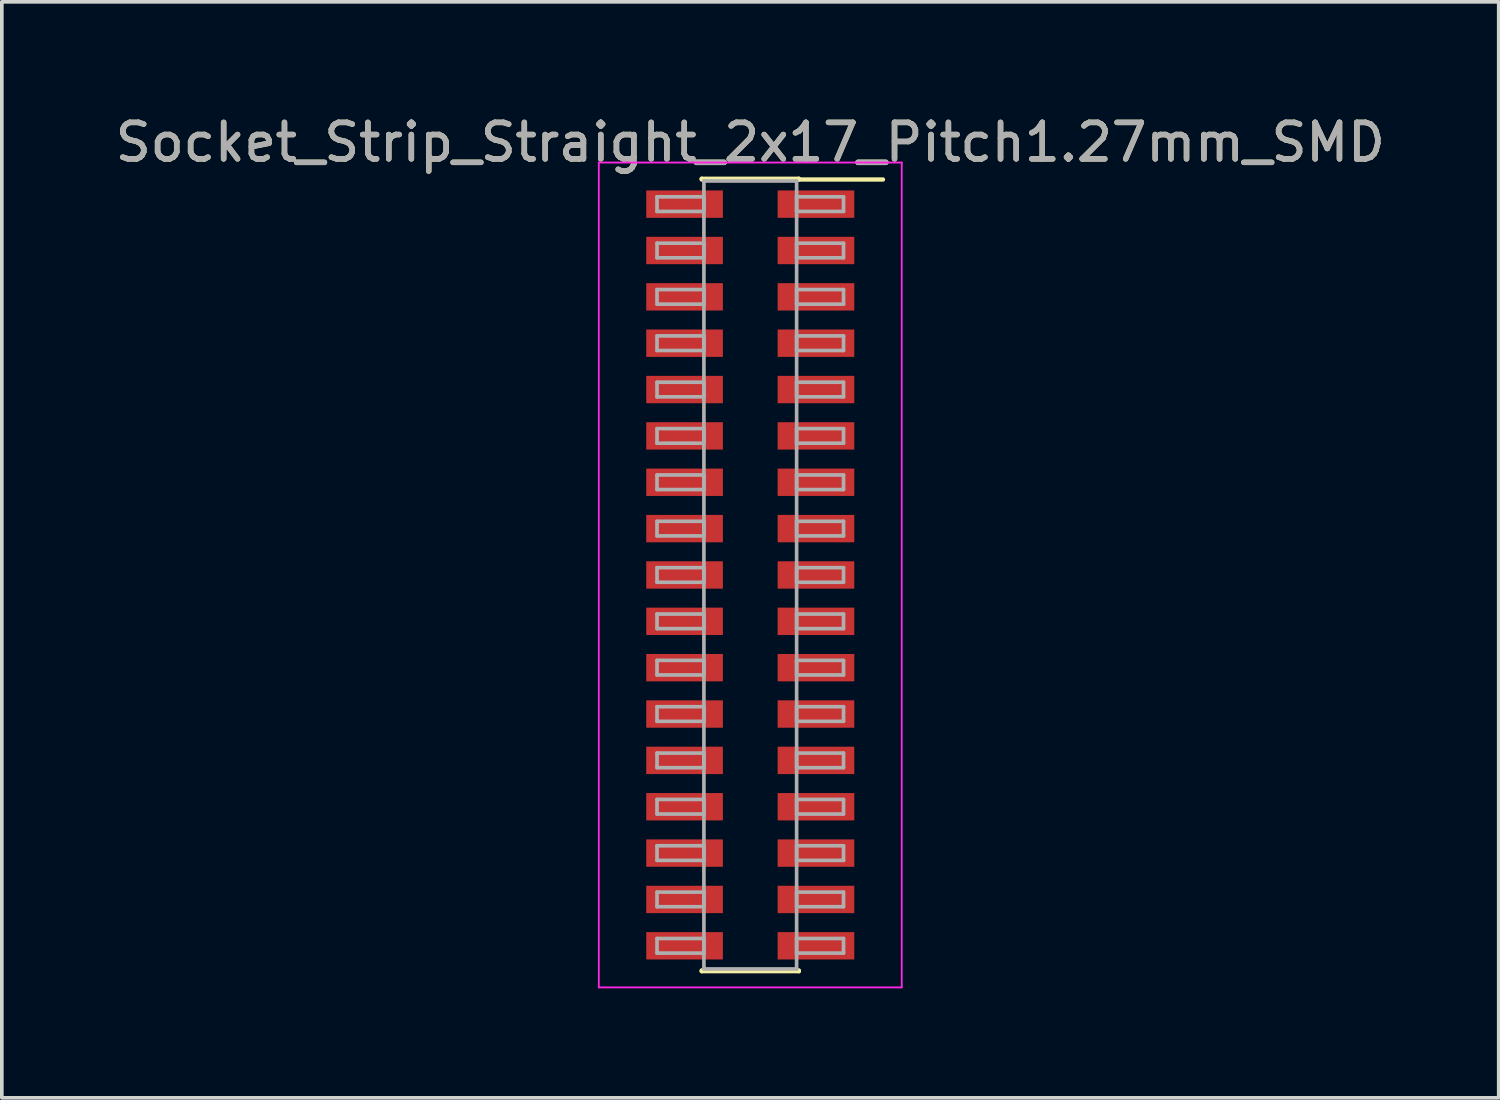
<source format=kicad_pcb>
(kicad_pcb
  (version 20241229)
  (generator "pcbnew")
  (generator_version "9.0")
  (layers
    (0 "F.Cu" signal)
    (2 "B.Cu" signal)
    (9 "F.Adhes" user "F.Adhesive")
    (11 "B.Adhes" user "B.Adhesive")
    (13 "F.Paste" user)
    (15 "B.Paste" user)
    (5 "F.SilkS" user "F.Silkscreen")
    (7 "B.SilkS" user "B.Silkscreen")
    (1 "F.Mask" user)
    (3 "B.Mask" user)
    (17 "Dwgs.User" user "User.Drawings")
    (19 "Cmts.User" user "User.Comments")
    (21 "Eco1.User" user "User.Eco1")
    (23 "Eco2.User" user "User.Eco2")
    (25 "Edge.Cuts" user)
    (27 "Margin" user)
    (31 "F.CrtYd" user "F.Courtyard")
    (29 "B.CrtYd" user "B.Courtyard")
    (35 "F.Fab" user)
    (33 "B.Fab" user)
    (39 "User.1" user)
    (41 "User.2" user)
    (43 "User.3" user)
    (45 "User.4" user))
  (footprint "Socket_Strip_Straight_2x17_Pitch1.27mm_SMD"
    (layer "F.Cu")
    (at 17.506 12.703)
    (property "Reference" "Socket_Strip_Straight_2x17_Pitch1.27mm_SMD" (at 0 -11.855 0) (layer "F.SilkS") (effects (font (size 1 1) (thickness 0.15))))
    (attr smd)
    (fp_line (start -1.33 -10.855) (end 1.33 -10.855) (stroke (width 0.12) (type solid)) (layer "F.SilkS"))
    (fp_line (start -1.33 -10.835) (end -1.33 -10.855) (stroke (width 0.12) (type solid)) (layer "F.SilkS"))
    (fp_line (start -1.33 10.835) (end -1.33 10.855) (stroke (width 0.12) (type solid)) (layer "F.SilkS"))
    (fp_line (start -1.33 10.855) (end 1.33 10.855) (stroke (width 0.12) (type solid)) (layer "F.SilkS"))
    (fp_line (start 1.33 -10.855) (end 1.33 -10.835) (stroke (width 0.12) (type solid)) (layer "F.SilkS"))
    (fp_line (start 1.33 10.855) (end 1.33 10.835) (stroke (width 0.12) (type solid)) (layer "F.SilkS"))
    (fp_line (start 3.635 -10.835) (end 1.33 -10.835) (stroke (width 0.12) (type solid)) (layer "F.SilkS"))
    (fp_line (start -4.15 -11.3) (end -4.15 11.3) (stroke (width 0.05) (type solid)) (layer "F.CrtYd"))
    (fp_line (start -4.15 11.3) (end 4.15 11.3) (stroke (width 0.05) (type solid)) (layer "F.CrtYd"))
    (fp_line (start 4.15 -11.3) (end -4.15 -11.3) (stroke (width 0.05) (type solid)) (layer "F.CrtYd"))
    (fp_line (start 4.15 11.3) (end 4.15 -11.3) (stroke (width 0.05) (type solid)) (layer "F.CrtYd"))
    (fp_line (start -2.555 -10.36) (end -1.27 -10.36) (stroke (width 0.1) (type solid)) (layer "F.Fab"))
    (fp_line (start -2.555 -9.96) (end -2.555 -10.36) (stroke (width 0.1) (type solid)) (layer "F.Fab"))
    (fp_line (start -2.555 -9.09) (end -1.27 -9.09) (stroke (width 0.1) (type solid)) (layer "F.Fab"))
    (fp_line (start -2.555 -8.69) (end -2.555 -9.09) (stroke (width 0.1) (type solid)) (layer "F.Fab"))
    (fp_line (start -2.555 -7.82) (end -1.27 -7.82) (stroke (width 0.1) (type solid)) (layer "F.Fab"))
    (fp_line (start -2.555 -7.42) (end -2.555 -7.82) (stroke (width 0.1) (type solid)) (layer "F.Fab"))
    (fp_line (start -2.555 -6.55) (end -1.27 -6.55) (stroke (width 0.1) (type solid)) (layer "F.Fab"))
    (fp_line (start -2.555 -6.15) (end -2.555 -6.55) (stroke (width 0.1) (type solid)) (layer "F.Fab"))
    (fp_line (start -2.555 -5.28) (end -1.27 -5.28) (stroke (width 0.1) (type solid)) (layer "F.Fab"))
    (fp_line (start -2.555 -4.88) (end -2.555 -5.28) (stroke (width 0.1) (type solid)) (layer "F.Fab"))
    (fp_line (start -2.555 -4.01) (end -1.27 -4.01) (stroke (width 0.1) (type solid)) (layer "F.Fab"))
    (fp_line (start -2.555 -3.61) (end -2.555 -4.01) (stroke (width 0.1) (type solid)) (layer "F.Fab"))
    (fp_line (start -2.555 -2.74) (end -1.27 -2.74) (stroke (width 0.1) (type solid)) (layer "F.Fab"))
    (fp_line (start -2.555 -2.34) (end -2.555 -2.74) (stroke (width 0.1) (type solid)) (layer "F.Fab"))
    (fp_line (start -2.555 -1.47) (end -1.27 -1.47) (stroke (width 0.1) (type solid)) (layer "F.Fab"))
    (fp_line (start -2.555 -1.07) (end -2.555 -1.47) (stroke (width 0.1) (type solid)) (layer "F.Fab"))
    (fp_line (start -2.555 -0.2) (end -1.27 -0.2) (stroke (width 0.1) (type solid)) (layer "F.Fab"))
    (fp_line (start -2.555 0.2) (end -2.555 -0.2) (stroke (width 0.1) (type solid)) (layer "F.Fab"))
    (fp_line (start -2.555 1.07) (end -1.27 1.07) (stroke (width 0.1) (type solid)) (layer "F.Fab"))
    (fp_line (start -2.555 1.47) (end -2.555 1.07) (stroke (width 0.1) (type solid)) (layer "F.Fab"))
    (fp_line (start -2.555 2.34) (end -1.27 2.34) (stroke (width 0.1) (type solid)) (layer "F.Fab"))
    (fp_line (start -2.555 2.74) (end -2.555 2.34) (stroke (width 0.1) (type solid)) (layer "F.Fab"))
    (fp_line (start -2.555 3.61) (end -1.27 3.61) (stroke (width 0.1) (type solid)) (layer "F.Fab"))
    (fp_line (start -2.555 4.01) (end -2.555 3.61) (stroke (width 0.1) (type solid)) (layer "F.Fab"))
    (fp_line (start -2.555 4.88) (end -1.27 4.88) (stroke (width 0.1) (type solid)) (layer "F.Fab"))
    (fp_line (start -2.555 5.28) (end -2.555 4.88) (stroke (width 0.1) (type solid)) (layer "F.Fab"))
    (fp_line (start -2.555 6.15) (end -1.27 6.15) (stroke (width 0.1) (type solid)) (layer "F.Fab"))
    (fp_line (start -2.555 6.55) (end -2.555 6.15) (stroke (width 0.1) (type solid)) (layer "F.Fab"))
    (fp_line (start -2.555 7.42) (end -1.27 7.42) (stroke (width 0.1) (type solid)) (layer "F.Fab"))
    (fp_line (start -2.555 7.82) (end -2.555 7.42) (stroke (width 0.1) (type solid)) (layer "F.Fab"))
    (fp_line (start -2.555 8.69) (end -1.27 8.69) (stroke (width 0.1) (type solid)) (layer "F.Fab"))
    (fp_line (start -2.555 9.09) (end -2.555 8.69) (stroke (width 0.1) (type solid)) (layer "F.Fab"))
    (fp_line (start -2.555 9.96) (end -1.27 9.96) (stroke (width 0.1) (type solid)) (layer "F.Fab"))
    (fp_line (start -2.555 10.36) (end -2.555 9.96) (stroke (width 0.1) (type solid)) (layer "F.Fab"))
    (fp_line (start -1.27 -10.795) (end -1.27 10.795) (stroke (width 0.1) (type solid)) (layer "F.Fab"))
    (fp_line (start -1.27 -10.36) (end -1.27 -9.96) (stroke (width 0.1) (type solid)) (layer "F.Fab"))
    (fp_line (start -1.27 -9.96) (end -2.555 -9.96) (stroke (width 0.1) (type solid)) (layer "F.Fab"))
    (fp_line (start -1.27 -9.09) (end -1.27 -8.69) (stroke (width 0.1) (type solid)) (layer "F.Fab"))
    (fp_line (start -1.27 -8.69) (end -2.555 -8.69) (stroke (width 0.1) (type solid)) (layer "F.Fab"))
    (fp_line (start -1.27 -7.82) (end -1.27 -7.42) (stroke (width 0.1) (type solid)) (layer "F.Fab"))
    (fp_line (start -1.27 -7.42) (end -2.555 -7.42) (stroke (width 0.1) (type solid)) (layer "F.Fab"))
    (fp_line (start -1.27 -6.55) (end -1.27 -6.15) (stroke (width 0.1) (type solid)) (layer "F.Fab"))
    (fp_line (start -1.27 -6.15) (end -2.555 -6.15) (stroke (width 0.1) (type solid)) (layer "F.Fab"))
    (fp_line (start -1.27 -5.28) (end -1.27 -4.88) (stroke (width 0.1) (type solid)) (layer "F.Fab"))
    (fp_line (start -1.27 -4.88) (end -2.555 -4.88) (stroke (width 0.1) (type solid)) (layer "F.Fab"))
    (fp_line (start -1.27 -4.01) (end -1.27 -3.61) (stroke (width 0.1) (type solid)) (layer "F.Fab"))
    (fp_line (start -1.27 -3.61) (end -2.555 -3.61) (stroke (width 0.1) (type solid)) (layer "F.Fab"))
    (fp_line (start -1.27 -2.74) (end -1.27 -2.34) (stroke (width 0.1) (type solid)) (layer "F.Fab"))
    (fp_line (start -1.27 -2.34) (end -2.555 -2.34) (stroke (width 0.1) (type solid)) (layer "F.Fab"))
    (fp_line (start -1.27 -1.47) (end -1.27 -1.07) (stroke (width 0.1) (type solid)) (layer "F.Fab"))
    (fp_line (start -1.27 -1.07) (end -2.555 -1.07) (stroke (width 0.1) (type solid)) (layer "F.Fab"))
    (fp_line (start -1.27 -0.2) (end -1.27 0.2) (stroke (width 0.1) (type solid)) (layer "F.Fab"))
    (fp_line (start -1.27 0.2) (end -2.555 0.2) (stroke (width 0.1) (type solid)) (layer "F.Fab"))
    (fp_line (start -1.27 1.07) (end -1.27 1.47) (stroke (width 0.1) (type solid)) (layer "F.Fab"))
    (fp_line (start -1.27 1.47) (end -2.555 1.47) (stroke (width 0.1) (type solid)) (layer "F.Fab"))
    (fp_line (start -1.27 2.34) (end -1.27 2.74) (stroke (width 0.1) (type solid)) (layer "F.Fab"))
    (fp_line (start -1.27 2.74) (end -2.555 2.74) (stroke (width 0.1) (type solid)) (layer "F.Fab"))
    (fp_line (start -1.27 3.61) (end -1.27 4.01) (stroke (width 0.1) (type solid)) (layer "F.Fab"))
    (fp_line (start -1.27 4.01) (end -2.555 4.01) (stroke (width 0.1) (type solid)) (layer "F.Fab"))
    (fp_line (start -1.27 4.88) (end -1.27 5.28) (stroke (width 0.1) (type solid)) (layer "F.Fab"))
    (fp_line (start -1.27 5.28) (end -2.555 5.28) (stroke (width 0.1) (type solid)) (layer "F.Fab"))
    (fp_line (start -1.27 6.15) (end -1.27 6.55) (stroke (width 0.1) (type solid)) (layer "F.Fab"))
    (fp_line (start -1.27 6.55) (end -2.555 6.55) (stroke (width 0.1) (type solid)) (layer "F.Fab"))
    (fp_line (start -1.27 7.42) (end -1.27 7.82) (stroke (width 0.1) (type solid)) (layer "F.Fab"))
    (fp_line (start -1.27 7.82) (end -2.555 7.82) (stroke (width 0.1) (type solid)) (layer "F.Fab"))
    (fp_line (start -1.27 8.69) (end -1.27 9.09) (stroke (width 0.1) (type solid)) (layer "F.Fab"))
    (fp_line (start -1.27 9.09) (end -2.555 9.09) (stroke (width 0.1) (type solid)) (layer "F.Fab"))
    (fp_line (start -1.27 9.96) (end -1.27 10.36) (stroke (width 0.1) (type solid)) (layer "F.Fab"))
    (fp_line (start -1.27 10.36) (end -2.555 10.36) (stroke (width 0.1) (type solid)) (layer "F.Fab"))
    (fp_line (start -1.27 10.795) (end 1.27 10.795) (stroke (width 0.1) (type solid)) (layer "F.Fab"))
    (fp_line (start 1.27 -10.795) (end -1.27 -10.795) (stroke (width 0.1) (type solid)) (layer "F.Fab"))
    (fp_line (start 1.27 -10.36) (end 1.27 -9.96) (stroke (width 0.1) (type solid)) (layer "F.Fab"))
    (fp_line (start 1.27 -9.96) (end 2.555 -9.96) (stroke (width 0.1) (type solid)) (layer "F.Fab"))
    (fp_line (start 1.27 -9.09) (end 1.27 -8.69) (stroke (width 0.1) (type solid)) (layer "F.Fab"))
    (fp_line (start 1.27 -8.69) (end 2.555 -8.69) (stroke (width 0.1) (type solid)) (layer "F.Fab"))
    (fp_line (start 1.27 -7.82) (end 1.27 -7.42) (stroke (width 0.1) (type solid)) (layer "F.Fab"))
    (fp_line (start 1.27 -7.42) (end 2.555 -7.42) (stroke (width 0.1) (type solid)) (layer "F.Fab"))
    (fp_line (start 1.27 -6.55) (end 1.27 -6.15) (stroke (width 0.1) (type solid)) (layer "F.Fab"))
    (fp_line (start 1.27 -6.15) (end 2.555 -6.15) (stroke (width 0.1) (type solid)) (layer "F.Fab"))
    (fp_line (start 1.27 -5.28) (end 1.27 -4.88) (stroke (width 0.1) (type solid)) (layer "F.Fab"))
    (fp_line (start 1.27 -4.88) (end 2.555 -4.88) (stroke (width 0.1) (type solid)) (layer "F.Fab"))
    (fp_line (start 1.27 -4.01) (end 1.27 -3.61) (stroke (width 0.1) (type solid)) (layer "F.Fab"))
    (fp_line (start 1.27 -3.61) (end 2.555 -3.61) (stroke (width 0.1) (type solid)) (layer "F.Fab"))
    (fp_line (start 1.27 -2.74) (end 1.27 -2.34) (stroke (width 0.1) (type solid)) (layer "F.Fab"))
    (fp_line (start 1.27 -2.34) (end 2.555 -2.34) (stroke (width 0.1) (type solid)) (layer "F.Fab"))
    (fp_line (start 1.27 -1.47) (end 1.27 -1.07) (stroke (width 0.1) (type solid)) (layer "F.Fab"))
    (fp_line (start 1.27 -1.07) (end 2.555 -1.07) (stroke (width 0.1) (type solid)) (layer "F.Fab"))
    (fp_line (start 1.27 -0.2) (end 1.27 0.2) (stroke (width 0.1) (type solid)) (layer "F.Fab"))
    (fp_line (start 1.27 0.2) (end 2.555 0.2) (stroke (width 0.1) (type solid)) (layer "F.Fab"))
    (fp_line (start 1.27 1.07) (end 1.27 1.47) (stroke (width 0.1) (type solid)) (layer "F.Fab"))
    (fp_line (start 1.27 1.47) (end 2.555 1.47) (stroke (width 0.1) (type solid)) (layer "F.Fab"))
    (fp_line (start 1.27 2.34) (end 1.27 2.74) (stroke (width 0.1) (type solid)) (layer "F.Fab"))
    (fp_line (start 1.27 2.74) (end 2.555 2.74) (stroke (width 0.1) (type solid)) (layer "F.Fab"))
    (fp_line (start 1.27 3.61) (end 1.27 4.01) (stroke (width 0.1) (type solid)) (layer "F.Fab"))
    (fp_line (start 1.27 4.01) (end 2.555 4.01) (stroke (width 0.1) (type solid)) (layer "F.Fab"))
    (fp_line (start 1.27 4.88) (end 1.27 5.28) (stroke (width 0.1) (type solid)) (layer "F.Fab"))
    (fp_line (start 1.27 5.28) (end 2.555 5.28) (stroke (width 0.1) (type solid)) (layer "F.Fab"))
    (fp_line (start 1.27 6.15) (end 1.27 6.55) (stroke (width 0.1) (type solid)) (layer "F.Fab"))
    (fp_line (start 1.27 6.55) (end 2.555 6.55) (stroke (width 0.1) (type solid)) (layer "F.Fab"))
    (fp_line (start 1.27 7.42) (end 1.27 7.82) (stroke (width 0.1) (type solid)) (layer "F.Fab"))
    (fp_line (start 1.27 7.82) (end 2.555 7.82) (stroke (width 0.1) (type solid)) (layer "F.Fab"))
    (fp_line (start 1.27 8.69) (end 1.27 9.09) (stroke (width 0.1) (type solid)) (layer "F.Fab"))
    (fp_line (start 1.27 9.09) (end 2.555 9.09) (stroke (width 0.1) (type solid)) (layer "F.Fab"))
    (fp_line (start 1.27 9.96) (end 1.27 10.36) (stroke (width 0.1) (type solid)) (layer "F.Fab"))
    (fp_line (start 1.27 10.36) (end 2.555 10.36) (stroke (width 0.1) (type solid)) (layer "F.Fab"))
    (fp_line (start 1.27 10.795) (end 1.27 -10.795) (stroke (width 0.1) (type solid)) (layer "F.Fab"))
    (fp_line (start 2.555 -10.36) (end 1.27 -10.36) (stroke (width 0.1) (type solid)) (layer "F.Fab"))
    (fp_line (start 2.555 -9.96) (end 2.555 -10.36) (stroke (width 0.1) (type solid)) (layer "F.Fab"))
    (fp_line (start 2.555 -9.09) (end 1.27 -9.09) (stroke (width 0.1) (type solid)) (layer "F.Fab"))
    (fp_line (start 2.555 -8.69) (end 2.555 -9.09) (stroke (width 0.1) (type solid)) (layer "F.Fab"))
    (fp_line (start 2.555 -7.82) (end 1.27 -7.82) (stroke (width 0.1) (type solid)) (layer "F.Fab"))
    (fp_line (start 2.555 -7.42) (end 2.555 -7.82) (stroke (width 0.1) (type solid)) (layer "F.Fab"))
    (fp_line (start 2.555 -6.55) (end 1.27 -6.55) (stroke (width 0.1) (type solid)) (layer "F.Fab"))
    (fp_line (start 2.555 -6.15) (end 2.555 -6.55) (stroke (width 0.1) (type solid)) (layer "F.Fab"))
    (fp_line (start 2.555 -5.28) (end 1.27 -5.28) (stroke (width 0.1) (type solid)) (layer "F.Fab"))
    (fp_line (start 2.555 -4.88) (end 2.555 -5.28) (stroke (width 0.1) (type solid)) (layer "F.Fab"))
    (fp_line (start 2.555 -4.01) (end 1.27 -4.01) (stroke (width 0.1) (type solid)) (layer "F.Fab"))
    (fp_line (start 2.555 -3.61) (end 2.555 -4.01) (stroke (width 0.1) (type solid)) (layer "F.Fab"))
    (fp_line (start 2.555 -2.74) (end 1.27 -2.74) (stroke (width 0.1) (type solid)) (layer "F.Fab"))
    (fp_line (start 2.555 -2.34) (end 2.555 -2.74) (stroke (width 0.1) (type solid)) (layer "F.Fab"))
    (fp_line (start 2.555 -1.47) (end 1.27 -1.47) (stroke (width 0.1) (type solid)) (layer "F.Fab"))
    (fp_line (start 2.555 -1.07) (end 2.555 -1.47) (stroke (width 0.1) (type solid)) (layer "F.Fab"))
    (fp_line (start 2.555 -0.2) (end 1.27 -0.2) (stroke (width 0.1) (type solid)) (layer "F.Fab"))
    (fp_line (start 2.555 0.2) (end 2.555 -0.2) (stroke (width 0.1) (type solid)) (layer "F.Fab"))
    (fp_line (start 2.555 1.07) (end 1.27 1.07) (stroke (width 0.1) (type solid)) (layer "F.Fab"))
    (fp_line (start 2.555 1.47) (end 2.555 1.07) (stroke (width 0.1) (type solid)) (layer "F.Fab"))
    (fp_line (start 2.555 2.34) (end 1.27 2.34) (stroke (width 0.1) (type solid)) (layer "F.Fab"))
    (fp_line (start 2.555 2.74) (end 2.555 2.34) (stroke (width 0.1) (type solid)) (layer "F.Fab"))
    (fp_line (start 2.555 3.61) (end 1.27 3.61) (stroke (width 0.1) (type solid)) (layer "F.Fab"))
    (fp_line (start 2.555 4.01) (end 2.555 3.61) (stroke (width 0.1) (type solid)) (layer "F.Fab"))
    (fp_line (start 2.555 4.88) (end 1.27 4.88) (stroke (width 0.1) (type solid)) (layer "F.Fab"))
    (fp_line (start 2.555 5.28) (end 2.555 4.88) (stroke (width 0.1) (type solid)) (layer "F.Fab"))
    (fp_line (start 2.555 6.15) (end 1.27 6.15) (stroke (width 0.1) (type solid)) (layer "F.Fab"))
    (fp_line (start 2.555 6.55) (end 2.555 6.15) (stroke (width 0.1) (type solid)) (layer "F.Fab"))
    (fp_line (start 2.555 7.42) (end 1.27 7.42) (stroke (width 0.1) (type solid)) (layer "F.Fab"))
    (fp_line (start 2.555 7.82) (end 2.555 7.42) (stroke (width 0.1) (type solid)) (layer "F.Fab"))
    (fp_line (start 2.555 8.69) (end 1.27 8.69) (stroke (width 0.1) (type solid)) (layer "F.Fab"))
    (fp_line (start 2.555 9.09) (end 2.555 8.69) (stroke (width 0.1) (type solid)) (layer "F.Fab"))
    (fp_line (start 2.555 9.96) (end 1.27 9.96) (stroke (width 0.1) (type solid)) (layer "F.Fab"))
    (fp_line (start 2.555 10.36) (end 2.555 9.96) (stroke (width 0.1) (type solid)) (layer "F.Fab"))
    (fp_text user "${REFERENCE}" (at 0 -11.855 0) (layer "F.Fab") (effects (font (size 1 1) (thickness 0.15))))
    (pad "1" smd rect (at 1.8 -10.16) (size 2.1 0.75) (layers "F.Cu" "F.Mask" "F.Paste"))
    (pad "2" smd rect (at -1.8 -10.16) (size 2.1 0.75) (layers "F.Cu" "F.Mask" "F.Paste"))
    (pad "3" smd rect (at 1.8 -8.89) (size 2.1 0.75) (layers "F.Cu" "F.Mask" "F.Paste"))
    (pad "4" smd rect (at -1.8 -8.89) (size 2.1 0.75) (layers "F.Cu" "F.Mask" "F.Paste"))
    (pad "5" smd rect (at 1.8 -7.62) (size 2.1 0.75) (layers "F.Cu" "F.Mask" "F.Paste"))
    (pad "6" smd rect (at -1.8 -7.62) (size 2.1 0.75) (layers "F.Cu" "F.Mask" "F.Paste"))
    (pad "7" smd rect (at 1.8 -6.35) (size 2.1 0.75) (layers "F.Cu" "F.Mask" "F.Paste"))
    (pad "8" smd rect (at -1.8 -6.35) (size 2.1 0.75) (layers "F.Cu" "F.Mask" "F.Paste"))
    (pad "9" smd rect (at 1.8 -5.08) (size 2.1 0.75) (layers "F.Cu" "F.Mask" "F.Paste"))
    (pad "10" smd rect (at -1.8 -5.08) (size 2.1 0.75) (layers "F.Cu" "F.Mask" "F.Paste"))
    (pad "11" smd rect (at 1.8 -3.81) (size 2.1 0.75) (layers "F.Cu" "F.Mask" "F.Paste"))
    (pad "12" smd rect (at -1.8 -3.81) (size 2.1 0.75) (layers "F.Cu" "F.Mask" "F.Paste"))
    (pad "13" smd rect (at 1.8 -2.54) (size 2.1 0.75) (layers "F.Cu" "F.Mask" "F.Paste"))
    (pad "14" smd rect (at -1.8 -2.54) (size 2.1 0.75) (layers "F.Cu" "F.Mask" "F.Paste"))
    (pad "15" smd rect (at 1.8 -1.27) (size 2.1 0.75) (layers "F.Cu" "F.Mask" "F.Paste"))
    (pad "16" smd rect (at -1.8 -1.27) (size 2.1 0.75) (layers "F.Cu" "F.Mask" "F.Paste"))
    (pad "17" smd rect (at 1.8 0) (size 2.1 0.75) (layers "F.Cu" "F.Mask" "F.Paste"))
    (pad "18" smd rect (at -1.8 0) (size 2.1 0.75) (layers "F.Cu" "F.Mask" "F.Paste"))
    (pad "19" smd rect (at 1.8 1.27) (size 2.1 0.75) (layers "F.Cu" "F.Mask" "F.Paste"))
    (pad "20" smd rect (at -1.8 1.27) (size 2.1 0.75) (layers "F.Cu" "F.Mask" "F.Paste"))
    (pad "21" smd rect (at 1.8 2.54) (size 2.1 0.75) (layers "F.Cu" "F.Mask" "F.Paste"))
    (pad "22" smd rect (at -1.8 2.54) (size 2.1 0.75) (layers "F.Cu" "F.Mask" "F.Paste"))
    (pad "23" smd rect (at 1.8 3.81) (size 2.1 0.75) (layers "F.Cu" "F.Mask" "F.Paste"))
    (pad "24" smd rect (at -1.8 3.81) (size 2.1 0.75) (layers "F.Cu" "F.Mask" "F.Paste"))
    (pad "25" smd rect (at 1.8 5.08) (size 2.1 0.75) (layers "F.Cu" "F.Mask" "F.Paste"))
    (pad "26" smd rect (at -1.8 5.08) (size 2.1 0.75) (layers "F.Cu" "F.Mask" "F.Paste"))
    (pad "27" smd rect (at 1.8 6.35) (size 2.1 0.75) (layers "F.Cu" "F.Mask" "F.Paste"))
    (pad "28" smd rect (at -1.8 6.35) (size 2.1 0.75) (layers "F.Cu" "F.Mask" "F.Paste"))
    (pad "29" smd rect (at 1.8 7.62) (size 2.1 0.75) (layers "F.Cu" "F.Mask" "F.Paste"))
    (pad "30" smd rect (at -1.8 7.62) (size 2.1 0.75) (layers "F.Cu" "F.Mask" "F.Paste"))
    (pad "31" smd rect (at 1.8 8.89) (size 2.1 0.75) (layers "F.Cu" "F.Mask" "F.Paste"))
    (pad "32" smd rect (at -1.8 8.89) (size 2.1 0.75) (layers "F.Cu" "F.Mask" "F.Paste"))
    (pad "33" smd rect (at 1.8 10.16) (size 2.1 0.75) (layers "F.Cu" "F.Mask" "F.Paste"))
    (pad "34" smd rect (at -1.8 10.16) (size 2.1 0.75) (layers "F.Cu" "F.Mask" "F.Paste")))
  (gr_rect
    (start -3 -3)
    (end 38.012 27.028)
    (stroke (width 0.1) (type default))
    (fill no)
    (layer "Edge.Cuts")))
</source>
